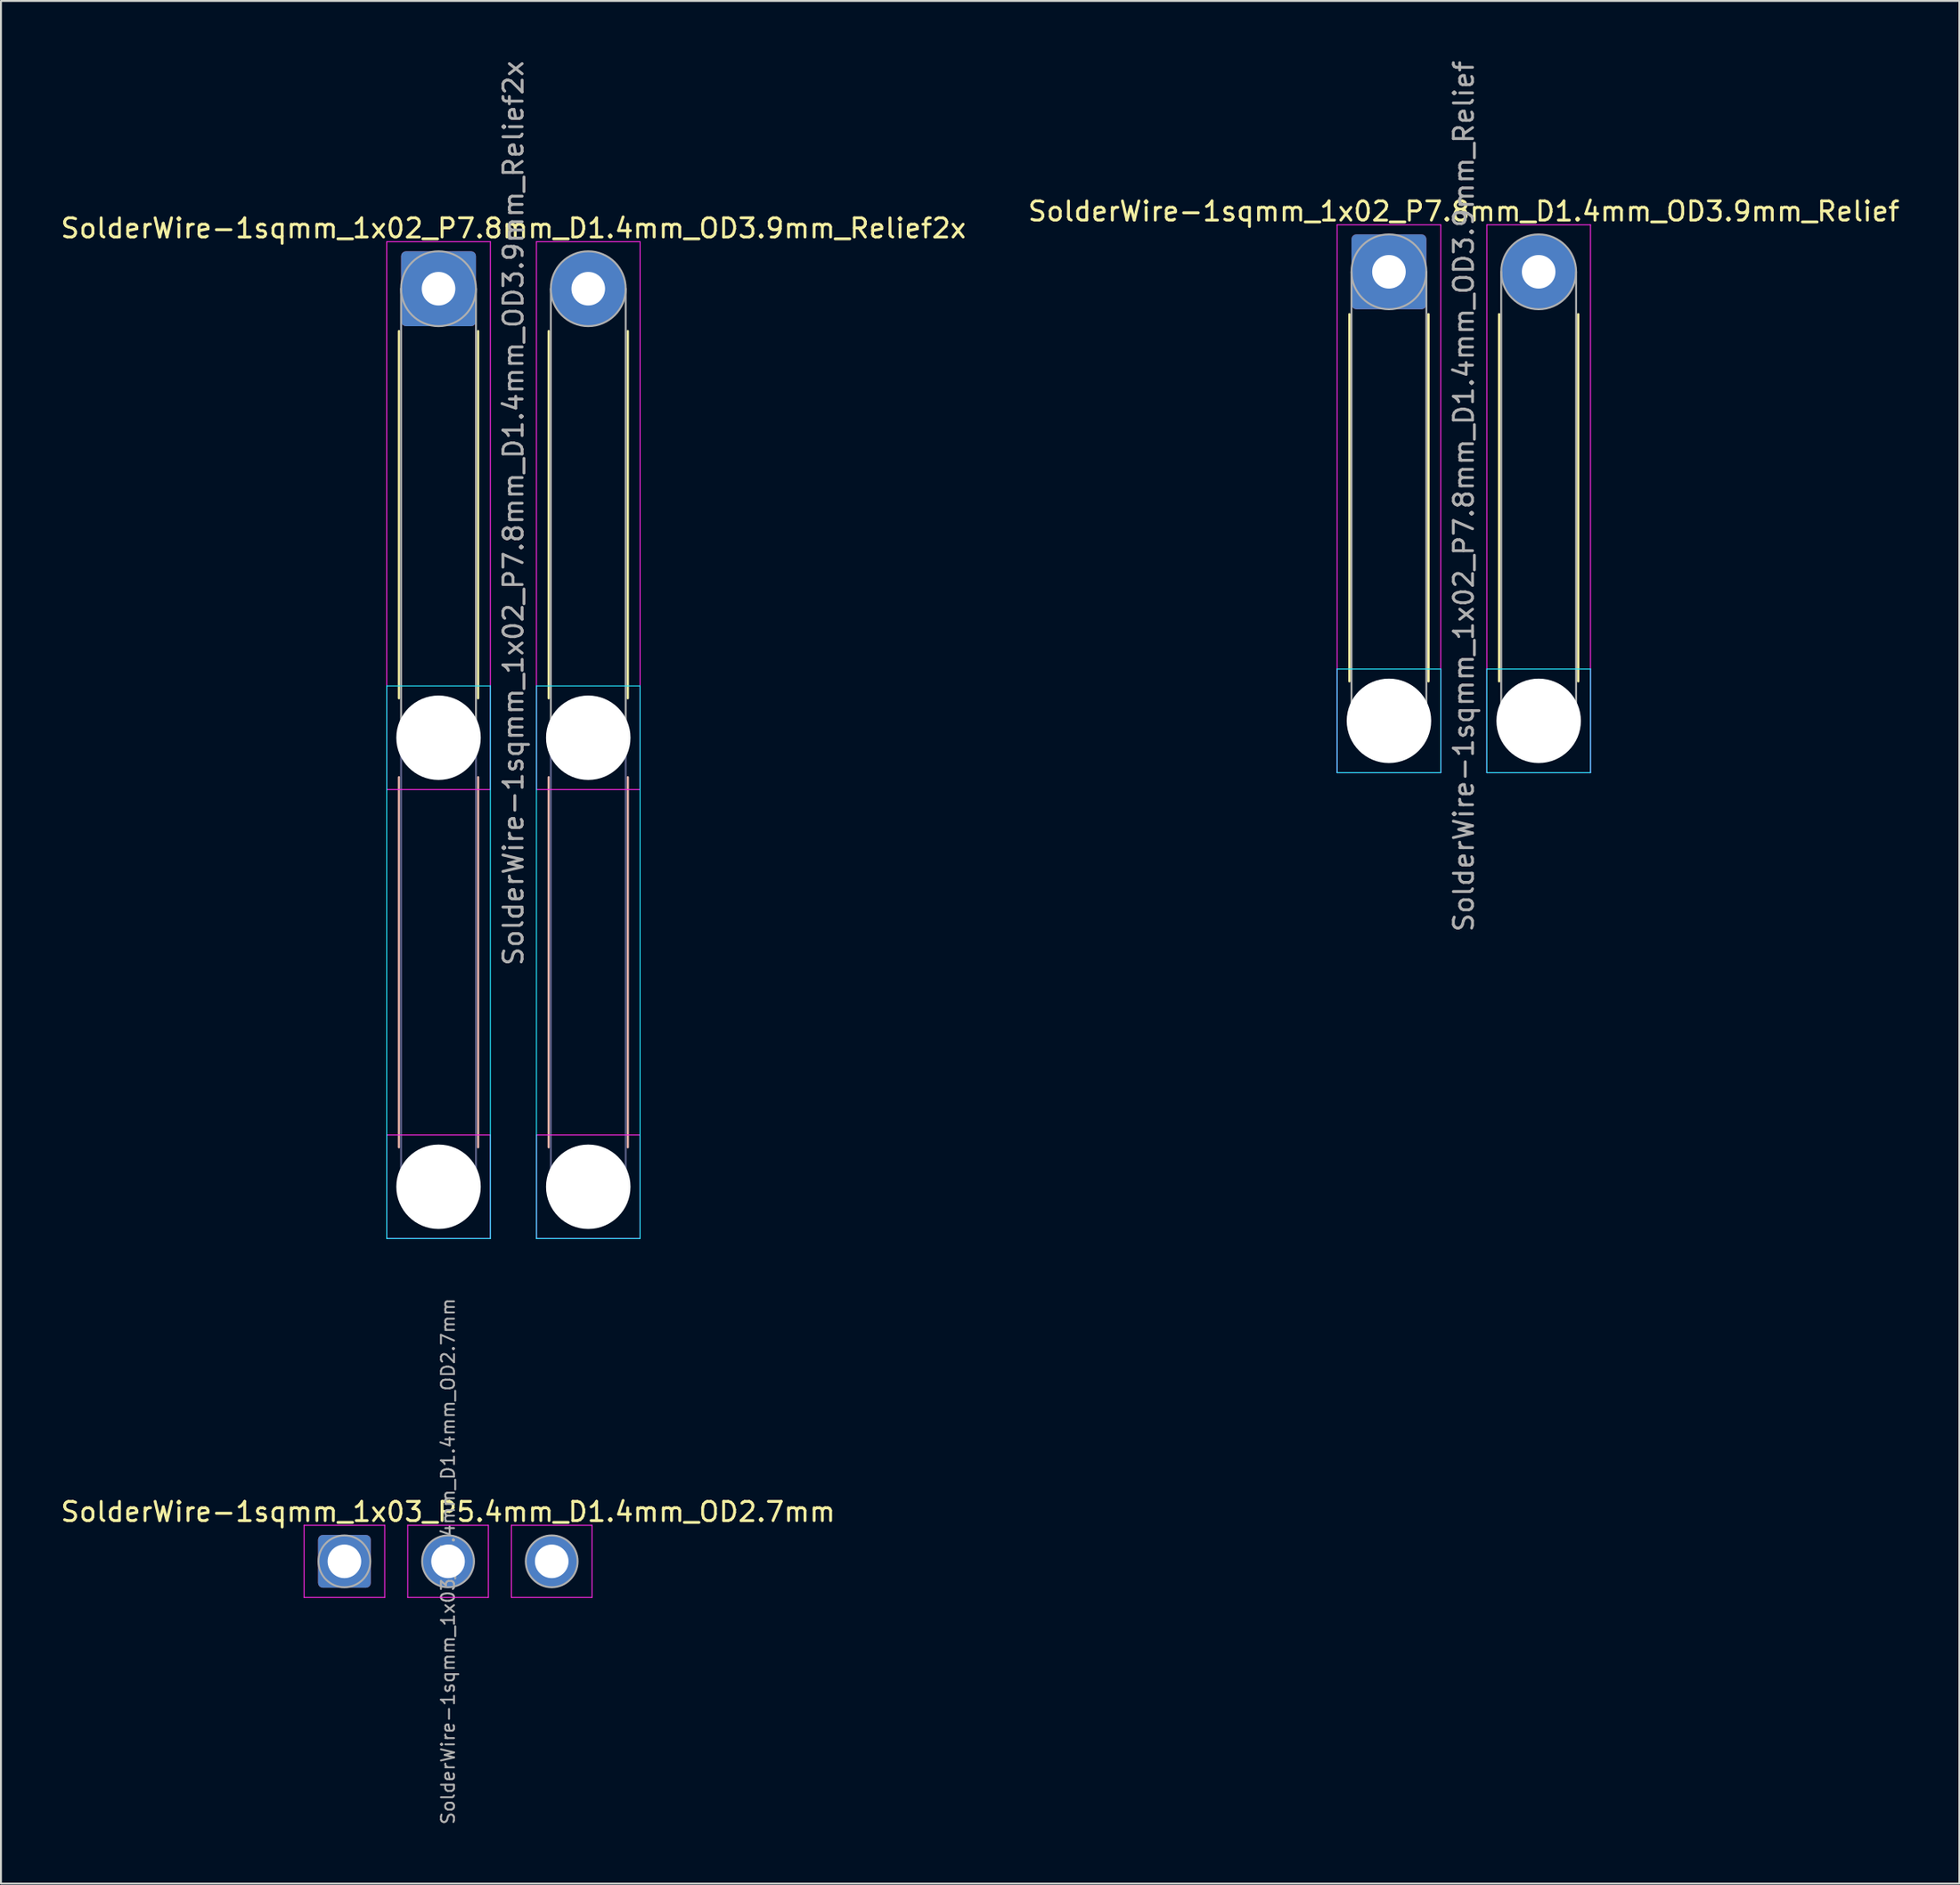
<source format=kicad_pcb>
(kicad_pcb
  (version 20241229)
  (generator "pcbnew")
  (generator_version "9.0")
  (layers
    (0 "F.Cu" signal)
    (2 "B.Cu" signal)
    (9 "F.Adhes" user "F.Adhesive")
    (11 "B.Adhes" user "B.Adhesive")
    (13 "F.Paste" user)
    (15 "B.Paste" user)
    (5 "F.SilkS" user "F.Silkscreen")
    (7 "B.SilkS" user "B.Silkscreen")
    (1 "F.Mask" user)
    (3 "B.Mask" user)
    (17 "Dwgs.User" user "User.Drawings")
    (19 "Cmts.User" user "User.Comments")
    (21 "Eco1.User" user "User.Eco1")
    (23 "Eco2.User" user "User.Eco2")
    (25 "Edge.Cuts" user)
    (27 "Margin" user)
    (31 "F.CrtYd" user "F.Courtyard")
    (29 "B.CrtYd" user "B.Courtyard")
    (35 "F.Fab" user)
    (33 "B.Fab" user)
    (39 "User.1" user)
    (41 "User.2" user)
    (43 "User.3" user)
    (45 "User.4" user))
  (footprint "SolderWire-1sqmm_1x02_P7.8mm_D1.4mm_OD3.9mm_Relief2x"
    (layer "F.Cu")
    (at 19.796 11.996)
    (property "Reference" "SolderWire-1sqmm_1x02_P7.8mm_D1.4mm_OD3.9mm_Relief2x" (at 3.9 -3.15 0) (layer "F.SilkS") (effects (font (size 1 1) (thickness 0.15))))
    (attr exclude_from_pos_files exclude_from_bom)
    (fp_line (start -2.06 2.21) (end -2.06 21.34) (stroke (width 0.12) (type solid)) (layer "F.SilkS"))
    (fp_line (start 2.06 2.21) (end 2.06 21.34) (stroke (width 0.12) (type solid)) (layer "F.SilkS"))
    (fp_line (start 5.74 2.21) (end 5.74 21.34) (stroke (width 0.12) (type solid)) (layer "F.SilkS"))
    (fp_line (start 9.86 2.21) (end 9.86 21.34) (stroke (width 0.12) (type solid)) (layer "F.SilkS"))
    (fp_line (start -2.06 25.46) (end -2.06 44.74) (stroke (width 0.12) (type solid)) (layer "B.SilkS"))
    (fp_line (start 2.06 25.46) (end 2.06 44.74) (stroke (width 0.12) (type solid)) (layer "B.SilkS"))
    (fp_line (start 5.74 25.46) (end 5.74 44.74) (stroke (width 0.12) (type solid)) (layer "B.SilkS"))
    (fp_line (start 9.86 25.46) (end 9.86 44.74) (stroke (width 0.12) (type solid)) (layer "B.SilkS"))
    (fp_line (start -2.7 20.7) (end -2.7 49.5) (stroke (width 0.05) (type solid)) (layer "B.CrtYd"))
    (fp_line (start -2.7 49.5) (end 2.7 49.5) (stroke (width 0.05) (type solid)) (layer "B.CrtYd"))
    (fp_line (start 2.7 20.7) (end -2.7 20.7) (stroke (width 0.05) (type solid)) (layer "B.CrtYd"))
    (fp_line (start 2.7 49.5) (end 2.7 20.7) (stroke (width 0.05) (type solid)) (layer "B.CrtYd"))
    (fp_line (start 5.1 20.7) (end 5.1 49.5) (stroke (width 0.05) (type solid)) (layer "B.CrtYd"))
    (fp_line (start 5.1 49.5) (end 10.5 49.5) (stroke (width 0.05) (type solid)) (layer "B.CrtYd"))
    (fp_line (start 10.5 20.7) (end 5.1 20.7) (stroke (width 0.05) (type solid)) (layer "B.CrtYd"))
    (fp_line (start 10.5 49.5) (end 10.5 20.7) (stroke (width 0.05) (type solid)) (layer "B.CrtYd"))
    (fp_line (start -2.7 -2.45) (end -2.7 26.1) (stroke (width 0.05) (type solid)) (layer "F.CrtYd"))
    (fp_line (start -2.7 26.1) (end 2.7 26.1) (stroke (width 0.05) (type solid)) (layer "F.CrtYd"))
    (fp_line (start -2.7 44.1) (end -2.7 49.5) (stroke (width 0.05) (type solid)) (layer "F.CrtYd"))
    (fp_line (start -2.7 49.5) (end 2.7 49.5) (stroke (width 0.05) (type solid)) (layer "F.CrtYd"))
    (fp_line (start 2.7 -2.45) (end -2.7 -2.45) (stroke (width 0.05) (type solid)) (layer "F.CrtYd"))
    (fp_line (start 2.7 26.1) (end 2.7 -2.45) (stroke (width 0.05) (type solid)) (layer "F.CrtYd"))
    (fp_line (start 2.7 44.1) (end -2.7 44.1) (stroke (width 0.05) (type solid)) (layer "F.CrtYd"))
    (fp_line (start 2.7 49.5) (end 2.7 44.1) (stroke (width 0.05) (type solid)) (layer "F.CrtYd"))
    (fp_line (start 5.1 -2.45) (end 5.1 26.1) (stroke (width 0.05) (type solid)) (layer "F.CrtYd"))
    (fp_line (start 5.1 26.1) (end 10.5 26.1) (stroke (width 0.05) (type solid)) (layer "F.CrtYd"))
    (fp_line (start 5.1 44.1) (end 5.1 49.5) (stroke (width 0.05) (type solid)) (layer "F.CrtYd"))
    (fp_line (start 5.1 49.5) (end 10.5 49.5) (stroke (width 0.05) (type solid)) (layer "F.CrtYd"))
    (fp_line (start 10.5 -2.45) (end 5.1 -2.45) (stroke (width 0.05) (type solid)) (layer "F.CrtYd"))
    (fp_line (start 10.5 26.1) (end 10.5 -2.45) (stroke (width 0.05) (type solid)) (layer "F.CrtYd"))
    (fp_line (start 10.5 44.1) (end 5.1 44.1) (stroke (width 0.05) (type solid)) (layer "F.CrtYd"))
    (fp_line (start 10.5 49.5) (end 10.5 44.1) (stroke (width 0.05) (type solid)) (layer "F.CrtYd"))
    (fp_line (start -1.95 23.4) (end -1.95 46.8) (stroke (width 0.1) (type solid)) (layer "B.Fab"))
    (fp_line (start 1.95 23.4) (end 1.95 46.8) (stroke (width 0.1) (type solid)) (layer "B.Fab"))
    (fp_line (start 5.85 23.4) (end 5.85 46.8) (stroke (width 0.1) (type solid)) (layer "B.Fab"))
    (fp_line (start 9.75 23.4) (end 9.75 46.8) (stroke (width 0.1) (type solid)) (layer "B.Fab"))
    (fp_circle (center 0 23.4) (end 1.95 23.4) (stroke (width 0.1) (type solid)) (fill no) (layer "B.Fab"))
    (fp_circle (center 0 46.8) (end 1.95 46.8) (stroke (width 0.1) (type solid)) (fill no) (layer "B.Fab"))
    (fp_circle (center 7.8 23.4) (end 9.75 23.4) (stroke (width 0.1) (type solid)) (fill no) (layer "B.Fab"))
    (fp_circle (center 7.8 46.8) (end 9.75 46.8) (stroke (width 0.1) (type solid)) (fill no) (layer "B.Fab"))
    (fp_line (start -1.95 0) (end -1.95 23.4) (stroke (width 0.1) (type solid)) (layer "F.Fab"))
    (fp_line (start 1.95 0) (end 1.95 23.4) (stroke (width 0.1) (type solid)) (layer "F.Fab"))
    (fp_line (start 5.85 0) (end 5.85 23.4) (stroke (width 0.1) (type solid)) (layer "F.Fab"))
    (fp_line (start 9.75 0) (end 9.75 23.4) (stroke (width 0.1) (type solid)) (layer "F.Fab"))
    (fp_circle (center 0 0) (end 1.95 0) (stroke (width 0.1) (type solid)) (fill no) (layer "F.Fab"))
    (fp_circle (center 0 23.4) (end 1.95 23.4) (stroke (width 0.1) (type solid)) (fill no) (layer "F.Fab"))
    (fp_circle (center 0 46.8) (end 1.95 46.8) (stroke (width 0.1) (type solid)) (fill no) (layer "F.Fab"))
    (fp_circle (center 7.8 0) (end 9.75 0) (stroke (width 0.1) (type solid)) (fill no) (layer "F.Fab"))
    (fp_circle (center 7.8 23.4) (end 9.75 23.4) (stroke (width 0.1) (type solid)) (fill no) (layer "F.Fab"))
    (fp_circle (center 7.8 46.8) (end 9.75 46.8) (stroke (width 0.1) (type solid)) (fill no) (layer "F.Fab"))
    (fp_text user "${REFERENCE}" (at 3.9 11.7 90) (layer "F.Fab") (effects (font (size 1 1) (thickness 0.15))))
    (pad "" np_thru_hole circle (at 0 23.4) (size 4.4 4.4) (drill 4.4) (layers "*.Cu" "*.Mask"))
    (pad "" np_thru_hole circle (at 0 46.8) (size 4.4 4.4) (drill 4.4) (layers "*.Cu" "*.Mask"))
    (pad "" np_thru_hole circle (at 7.8 23.4) (size 4.4 4.4) (drill 4.4) (layers "*.Cu" "*.Mask"))
    (pad "" np_thru_hole circle (at 7.8 46.8) (size 4.4 4.4) (drill 4.4) (layers "*.Cu" "*.Mask"))
    (pad "1" thru_hole roundrect (at 0 0) (size 3.9 3.9) (drill 1.75) (layers "*.Cu" "*.Mask") (roundrect_rratio 0.064))
    (pad "2" thru_hole circle (at 7.8 0) (size 3.9 3.9) (drill 1.75) (layers "*.Cu" "*.Mask")))
  (footprint "SolderWire-1sqmm_1x02_P7.8mm_D1.4mm_OD3.9mm_Relief"
    (layer "F.Cu")
    (at 69.308 11.115)
    (property "Reference" "SolderWire-1sqmm_1x02_P7.8mm_D1.4mm_OD3.9mm_Relief" (at 3.9 -3.15 0) (layer "F.SilkS") (effects (font (size 1 1) (thickness 0.15))))
    (attr exclude_from_pos_files exclude_from_bom)
    (fp_line (start -2.06 2.21) (end -2.06 21.34) (stroke (width 0.12) (type solid)) (layer "F.SilkS"))
    (fp_line (start 2.06 2.21) (end 2.06 21.34) (stroke (width 0.12) (type solid)) (layer "F.SilkS"))
    (fp_line (start 5.74 2.21) (end 5.74 21.34) (stroke (width 0.12) (type solid)) (layer "F.SilkS"))
    (fp_line (start 9.86 2.21) (end 9.86 21.34) (stroke (width 0.12) (type solid)) (layer "F.SilkS"))
    (fp_line (start -2.7 20.7) (end -2.7 26.1) (stroke (width 0.05) (type solid)) (layer "B.CrtYd"))
    (fp_line (start -2.7 26.1) (end 2.7 26.1) (stroke (width 0.05) (type solid)) (layer "B.CrtYd"))
    (fp_line (start 2.7 20.7) (end -2.7 20.7) (stroke (width 0.05) (type solid)) (layer "B.CrtYd"))
    (fp_line (start 2.7 26.1) (end 2.7 20.7) (stroke (width 0.05) (type solid)) (layer "B.CrtYd"))
    (fp_line (start 5.1 20.7) (end 5.1 26.1) (stroke (width 0.05) (type solid)) (layer "B.CrtYd"))
    (fp_line (start 5.1 26.1) (end 10.5 26.1) (stroke (width 0.05) (type solid)) (layer "B.CrtYd"))
    (fp_line (start 10.5 20.7) (end 5.1 20.7) (stroke (width 0.05) (type solid)) (layer "B.CrtYd"))
    (fp_line (start 10.5 26.1) (end 10.5 20.7) (stroke (width 0.05) (type solid)) (layer "B.CrtYd"))
    (fp_line (start -2.7 -2.45) (end -2.7 26.1) (stroke (width 0.05) (type solid)) (layer "F.CrtYd"))
    (fp_line (start -2.7 26.1) (end 2.7 26.1) (stroke (width 0.05) (type solid)) (layer "F.CrtYd"))
    (fp_line (start 2.7 -2.45) (end -2.7 -2.45) (stroke (width 0.05) (type solid)) (layer "F.CrtYd"))
    (fp_line (start 2.7 26.1) (end 2.7 -2.45) (stroke (width 0.05) (type solid)) (layer "F.CrtYd"))
    (fp_line (start 5.1 -2.45) (end 5.1 26.1) (stroke (width 0.05) (type solid)) (layer "F.CrtYd"))
    (fp_line (start 5.1 26.1) (end 10.5 26.1) (stroke (width 0.05) (type solid)) (layer "F.CrtYd"))
    (fp_line (start 10.5 -2.45) (end 5.1 -2.45) (stroke (width 0.05) (type solid)) (layer "F.CrtYd"))
    (fp_line (start 10.5 26.1) (end 10.5 -2.45) (stroke (width 0.05) (type solid)) (layer "F.CrtYd"))
    (fp_line (start -1.95 0) (end -1.95 23.4) (stroke (width 0.1) (type solid)) (layer "F.Fab"))
    (fp_line (start 1.95 0) (end 1.95 23.4) (stroke (width 0.1) (type solid)) (layer "F.Fab"))
    (fp_line (start 5.85 0) (end 5.85 23.4) (stroke (width 0.1) (type solid)) (layer "F.Fab"))
    (fp_line (start 9.75 0) (end 9.75 23.4) (stroke (width 0.1) (type solid)) (layer "F.Fab"))
    (fp_circle (center 0 0) (end 1.95 0) (stroke (width 0.1) (type solid)) (fill no) (layer "F.Fab"))
    (fp_circle (center 0 23.4) (end 1.95 23.4) (stroke (width 0.1) (type solid)) (fill no) (layer "F.Fab"))
    (fp_circle (center 7.8 0) (end 9.75 0) (stroke (width 0.1) (type solid)) (fill no) (layer "F.Fab"))
    (fp_circle (center 7.8 23.4) (end 9.75 23.4) (stroke (width 0.1) (type solid)) (fill no) (layer "F.Fab"))
    (fp_text user "${REFERENCE}" (at 3.9 11.7 90) (layer "F.Fab") (effects (font (size 1 1) (thickness 0.15))))
    (pad "" np_thru_hole circle (at 0 23.4) (size 4.4 4.4) (drill 4.4) (layers "*.Cu" "*.Mask"))
    (pad "" np_thru_hole circle (at 7.8 23.4) (size 4.4 4.4) (drill 4.4) (layers "*.Cu" "*.Mask"))
    (pad "1" thru_hole roundrect (at 0 0) (size 3.9 3.9) (drill 1.75) (layers "*.Cu" "*.Mask") (roundrect_rratio 0.064))
    (pad "2" thru_hole circle (at 7.8 0) (size 3.9 3.9) (drill 1.75) (layers "*.Cu" "*.Mask")))
  (footprint "SolderWire-1sqmm_1x03_P5.4mm_D1.4mm_OD2.7mm"
    (layer "F.Cu")
    (at 14.892 78.317)
    (property "Reference" "SolderWire-1sqmm_1x03_P5.4mm_D1.4mm_OD2.7mm" (at 5.4 -2.58 0) (layer "F.SilkS") (effects (font (size 1 1) (thickness 0.15))))
    (attr exclude_from_pos_files exclude_from_bom)
    (fp_line (start -2.1 -1.88) (end -2.1 1.88) (stroke (width 0.05) (type solid)) (layer "F.CrtYd"))
    (fp_line (start -2.1 1.88) (end 2.1 1.88) (stroke (width 0.05) (type solid)) (layer "F.CrtYd"))
    (fp_line (start 2.1 -1.88) (end -2.1 -1.88) (stroke (width 0.05) (type solid)) (layer "F.CrtYd"))
    (fp_line (start 2.1 1.88) (end 2.1 -1.88) (stroke (width 0.05) (type solid)) (layer "F.CrtYd"))
    (fp_line (start 3.3 -1.88) (end 3.3 1.88) (stroke (width 0.05) (type solid)) (layer "F.CrtYd"))
    (fp_line (start 3.3 1.88) (end 7.5 1.88) (stroke (width 0.05) (type solid)) (layer "F.CrtYd"))
    (fp_line (start 7.5 -1.88) (end 3.3 -1.88) (stroke (width 0.05) (type solid)) (layer "F.CrtYd"))
    (fp_line (start 7.5 1.88) (end 7.5 -1.88) (stroke (width 0.05) (type solid)) (layer "F.CrtYd"))
    (fp_line (start 8.7 -1.88) (end 8.7 1.88) (stroke (width 0.05) (type solid)) (layer "F.CrtYd"))
    (fp_line (start 8.7 1.88) (end 12.9 1.88) (stroke (width 0.05) (type solid)) (layer "F.CrtYd"))
    (fp_line (start 12.9 -1.88) (end 8.7 -1.88) (stroke (width 0.05) (type solid)) (layer "F.CrtYd"))
    (fp_line (start 12.9 1.88) (end 12.9 -1.88) (stroke (width 0.05) (type solid)) (layer "F.CrtYd"))
    (fp_circle (center 0 0) (end 1.35 0) (stroke (width 0.1) (type solid)) (fill no) (layer "F.Fab"))
    (fp_circle (center 5.4 0) (end 6.75 0) (stroke (width 0.1) (type solid)) (fill no) (layer "F.Fab"))
    (fp_circle (center 10.8 0) (end 12.15 0) (stroke (width 0.1) (type solid)) (fill no) (layer "F.Fab"))
    (fp_text user "${REFERENCE}" (at 5.4 0 90) (layer "F.Fab") (effects (font (size 0.68 0.68) (thickness 0.1))))
    (pad "1" thru_hole roundrect (at 0 0) (size 2.75 2.75) (drill 1.75) (layers "*.Cu" "*.Mask") (roundrect_rratio 0.091))
    (pad "2" thru_hole circle (at 5.4 0) (size 2.75 2.75) (drill 1.75) (layers "*.Cu" "*.Mask"))
    (pad "3" thru_hole circle (at 10.8 0) (size 2.75 2.75) (drill 1.75) (layers "*.Cu" "*.Mask")))
  (gr_rect
    (start -3 -3)
    (end 99.024 95.112)
    (stroke (width 0.1) (type default))
    (fill no)
    (layer "Edge.Cuts")))
</source>
